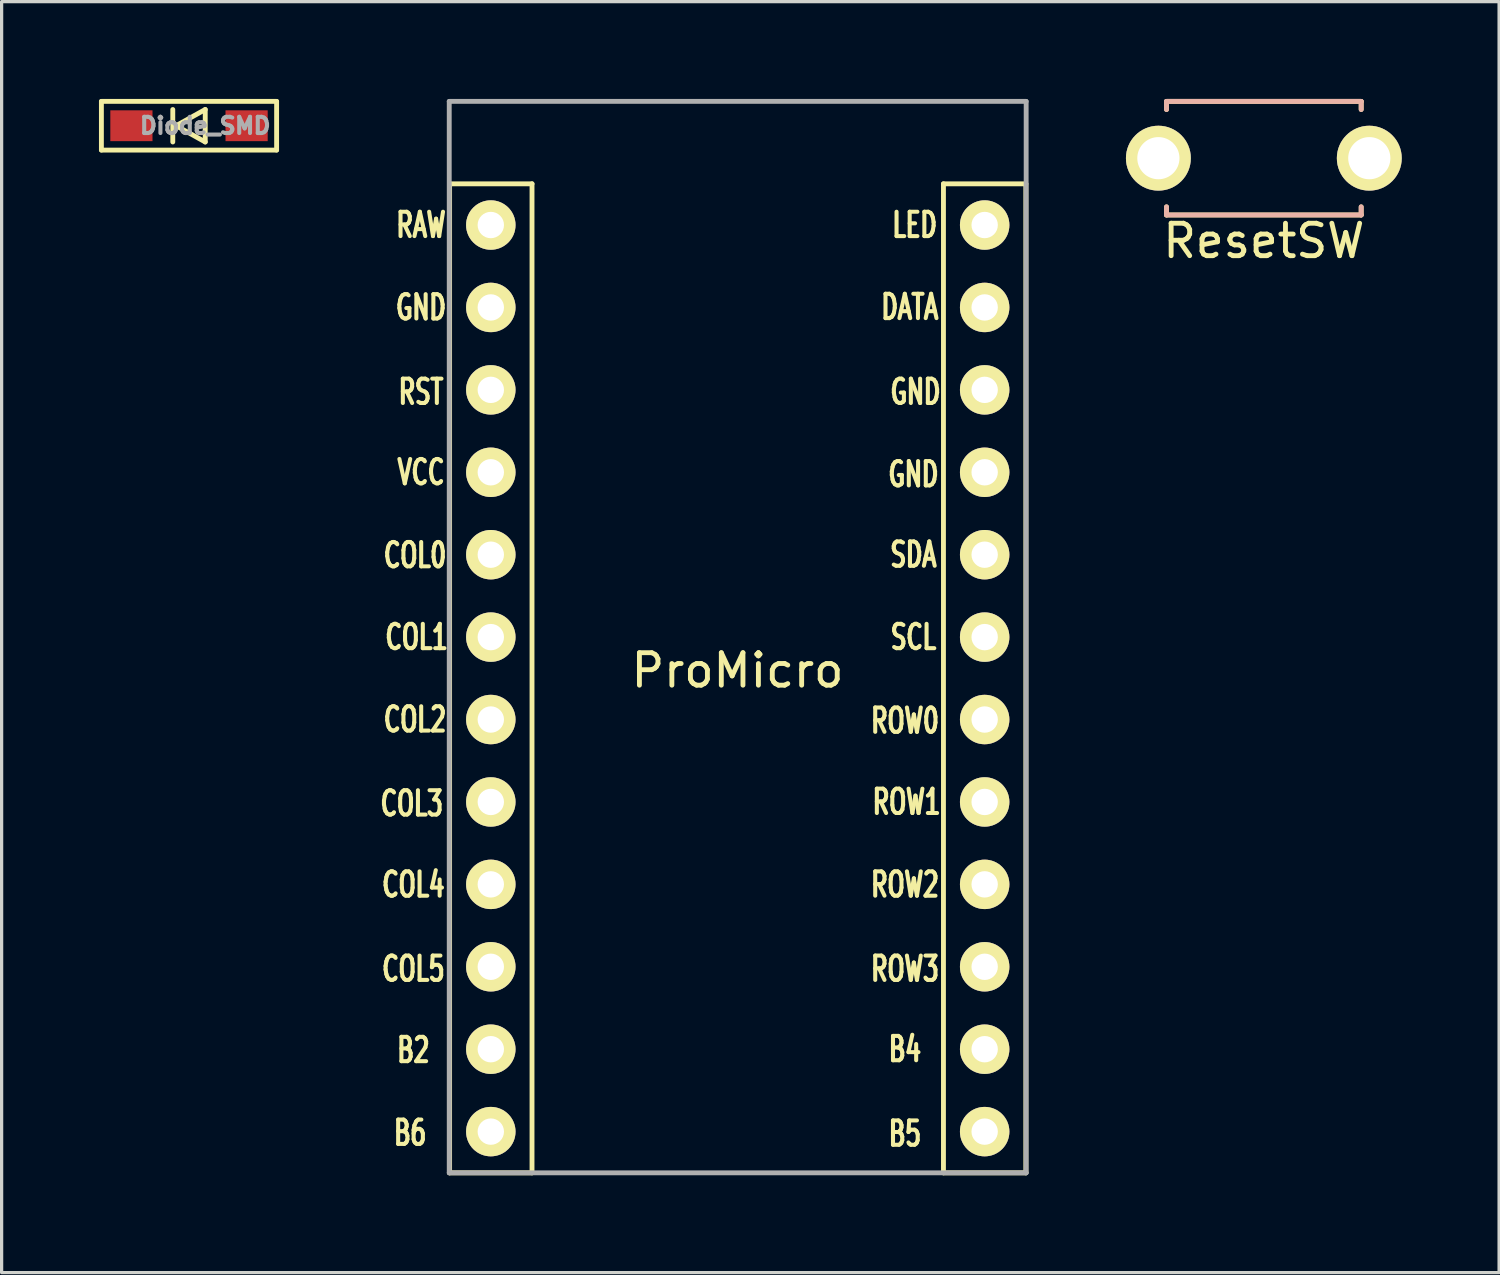
<source format=kicad_pcb>
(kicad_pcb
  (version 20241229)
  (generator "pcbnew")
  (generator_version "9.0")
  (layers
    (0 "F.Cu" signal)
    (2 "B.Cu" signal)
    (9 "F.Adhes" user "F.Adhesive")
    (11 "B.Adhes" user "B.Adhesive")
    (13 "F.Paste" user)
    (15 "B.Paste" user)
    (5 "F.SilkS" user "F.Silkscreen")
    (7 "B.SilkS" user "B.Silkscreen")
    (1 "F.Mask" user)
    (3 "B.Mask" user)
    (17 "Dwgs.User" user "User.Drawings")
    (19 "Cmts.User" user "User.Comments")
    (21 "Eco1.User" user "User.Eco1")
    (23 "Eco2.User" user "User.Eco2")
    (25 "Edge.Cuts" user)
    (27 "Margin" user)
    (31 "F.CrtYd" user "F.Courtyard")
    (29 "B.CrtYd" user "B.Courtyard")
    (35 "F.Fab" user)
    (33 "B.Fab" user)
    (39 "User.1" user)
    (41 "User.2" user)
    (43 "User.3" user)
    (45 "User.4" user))
  (footprint "Diode_SMD"
    (layer "F.Cu")
    (at 2.775 0.825)
    (property "Reference" "Diode_SMD" (at 0.5 0 0) (layer "F.Fab") (effects (font (size 0.5 0.5) (thickness 0.125))))
    (attr through_hole)
    (fp_line (start -2.7 -0.75) (end -2.7 0.75) (stroke (width 0.15) (type solid)) (layer "F.SilkS"))
    (fp_line (start -2.7 0.75) (end 2.7 0.75) (stroke (width 0.15) (type solid)) (layer "F.SilkS"))
    (fp_line (start -0.5 -0.5) (end -0.5 0.5) (stroke (width 0.15) (type solid)) (layer "F.SilkS"))
    (fp_line (start -0.4 0) (end 0.5 -0.5) (stroke (width 0.15) (type solid)) (layer "F.SilkS"))
    (fp_line (start 0.5 -0.5) (end 0.5 0.5) (stroke (width 0.15) (type solid)) (layer "F.SilkS"))
    (fp_line (start 0.5 0.5) (end -0.4 0) (stroke (width 0.15) (type solid)) (layer "F.SilkS"))
    (fp_line (start 2.7 -0.75) (end -2.7 -0.75) (stroke (width 0.15) (type solid)) (layer "F.SilkS"))
    (fp_line (start 2.7 -0.75) (end 2.7 0.75) (stroke (width 0.15) (type solid)) (layer "F.SilkS"))
    (pad "1" smd rect (at -1.775 0) (size 1.3 0.95) (layers "F.Cu" "F.Mask" "F.Paste"))
    (pad "2" smd rect (at 1.775 0) (size 1.3 0.95) (layers "F.Cu" "F.Mask" "F.Paste")))
  (footprint "ProMicro"
    (layer "F.Cu")
    (at 19.68 17.865)
    (property "Reference" "ProMicro" (at 0 -0.254 0) (layer "F.SilkS") (effects (font (size 1 1) (thickness 0.15))))
    (attr through_hole)
    (fp_line (start -8.874 -15.25) (end -6.334 -15.25) (stroke (width 0.15) (type solid)) (layer "F.SilkS"))
    (fp_line (start -8.874 15.23) (end -8.874 -15.25) (stroke (width 0.15) (type solid)) (layer "F.SilkS"))
    (fp_line (start -6.334 -15.25) (end -6.334 15.23) (stroke (width 0.15) (type solid)) (layer "F.SilkS"))
    (fp_line (start -6.334 15.23) (end -8.874 15.23) (stroke (width 0.15) (type solid)) (layer "F.SilkS"))
    (fp_line (start 6.346 -15.25) (end 8.886 -15.25) (stroke (width 0.15) (type solid)) (layer "F.SilkS"))
    (fp_line (start 6.346 15.23) (end 6.346 -15.25) (stroke (width 0.15) (type solid)) (layer "F.SilkS"))
    (fp_line (start 8.886 -15.25) (end 8.886 15.23) (stroke (width 0.15) (type solid)) (layer "F.SilkS"))
    (fp_line (start 8.886 15.23) (end 6.346 15.23) (stroke (width 0.15) (type solid)) (layer "F.SilkS"))
    (fp_line (start -8.885 -17.79) (end 8.895 -17.79) (stroke (width 0.15) (type solid)) (layer "F.Fab"))
    (fp_line (start -8.885 15.23) (end -8.885 -17.79) (stroke (width 0.15) (type solid)) (layer "F.Fab"))
    (fp_line (start 8.895 -17.79) (end 8.895 15.23) (stroke (width 0.15) (type solid)) (layer "F.Fab"))
    (fp_line (start 8.895 15.23) (end -8.885 15.23) (stroke (width 0.15) (type solid)) (layer "F.Fab"))
    (fp_text user "B6" (at -10.09 13.998 0) (layer "F.SilkS") (effects (font (size 0.75 0.5) (thickness 0.125))))
    (fp_text user "LED" (at 5.46 -13.98 0) (layer "F.SilkS") (effects (font (size 0.75 0.5) (thickness 0.125))))
    (fp_text user "COL1" (at -9.89 -1.28 0) (layer "F.SilkS") (effects (font (size 0.75 0.5) (thickness 0.125))))
    (fp_text user "B2" (at -9.99 11.448 0) (layer "F.SilkS") (effects (font (size 0.75 0.5) (thickness 0.125))))
    (fp_text user "COL4" (at -9.99 6.348 0) (layer "F.SilkS") (effects (font (size 0.75 0.5) (thickness 0.125))))
    (fp_text user "ROW1" (at 5.21 3.8 0) (layer "F.SilkS") (effects (font (size 0.75 0.5) (thickness 0.125))))
    (fp_text user "B5" (at 5.16 14.024 0) (layer "F.SilkS") (effects (font (size 0.75 0.5) (thickness 0.125))))
    (fp_text user "VCC" (at -9.755 -6.36 0) (layer "F.SilkS") (effects (font (size 0.75 0.5) (thickness 0.125))))
    (fp_text user "COL5" (at -9.99 8.944 0) (layer "F.SilkS") (effects (font (size 0.75 0.5) (thickness 0.125))))
    (fp_text user "GND" (at 5.484 -8.836 0) (layer "F.SilkS") (effects (font (size 0.75 0.5) (thickness 0.125))))
    (fp_text user "RAW" (at -9.755 -13.98 0) (layer "F.SilkS") (effects (font (size 0.75 0.5) (thickness 0.125))))
    (fp_text user "" (at -0.54 -16.752 0) (layer "F.SilkS") (effects (font (size 1 1) (thickness 0.15))))
    (fp_text user "DATA" (at 5.31 -11.452 0) (layer "F.SilkS") (effects (font (size 0.75 0.5) (thickness 0.125))))
    (fp_text user "ROW2" (at 5.16 6.348 0) (layer "F.SilkS") (effects (font (size 0.75 0.5) (thickness 0.125))))
    (fp_text user "SCL" (at 5.421 -1.28 0) (layer "F.SilkS") (effects (font (size 0.75 0.5) (thickness 0.125))))
    (fp_text user "RST" (at -9.755 -8.836 0) (layer "F.SilkS") (effects (font (size 0.75 0.5) (thickness 0.125))))
    (fp_text user "ROW0" (at 5.16 1.298 0) (layer "F.SilkS") (effects (font (size 0.75 0.5) (thickness 0.125))))
    (fp_text user "GND" (at 5.421 -6.296 0) (layer "F.SilkS") (effects (font (size 0.75 0.5) (thickness 0.125))))
    (fp_text user "B4" (at 5.16 11.42 0) (layer "F.SilkS") (effects (font (size 0.75 0.5) (thickness 0.125))))
    (fp_text user "COL3" (at -10.04 3.848 0) (layer "F.SilkS") (effects (font (size 0.75 0.5) (thickness 0.125))))
    (fp_text user "COL0" (at -9.94 -3.802 0) (layer "F.SilkS") (effects (font (size 0.75 0.5) (thickness 0.125))))
    (fp_text user "COL2" (at -9.94 1.26 0) (layer "F.SilkS") (effects (font (size 0.75 0.5) (thickness 0.125))))
    (fp_text user "ROW3" (at 5.16 8.944 0) (layer "F.SilkS") (effects (font (size 0.75 0.5) (thickness 0.125))))
    (fp_text user "SDA" (at 5.421 -3.82 0) (layer "F.SilkS") (effects (font (size 0.75 0.5) (thickness 0.125))))
    (fp_text user "GND" (at -9.755 -11.44 0) (layer "F.SilkS") (effects (font (size 0.75 0.5) (thickness 0.125))))
    (fp_text user "" (at -1.246 -15.758 0) (layer "B.SilkS") (effects (font (size 1 1) (thickness 0.15)) (justify mirror)))
    (pad "1" thru_hole circle (at 7.616 -13.98) (size 1.524 1.524) (drill 0.813) (layers "*.Cu" "*.Mask" "F.SilkS"))
    (pad "2" thru_hole circle (at 7.616 -11.44) (size 1.524 1.524) (drill 0.813) (layers "*.Cu" "*.Mask" "F.SilkS"))
    (pad "3" thru_hole circle (at 7.616 -8.9) (size 1.524 1.524) (drill 0.813) (layers "*.Cu" "*.Mask" "F.SilkS"))
    (pad "4" thru_hole circle (at 7.616 -6.36) (size 1.524 1.524) (drill 0.813) (layers "*.Cu" "*.Mask" "F.SilkS"))
    (pad "5" thru_hole circle (at 7.616 -3.82) (size 1.524 1.524) (drill 0.813) (layers "*.Cu" "*.Mask" "F.SilkS"))
    (pad "6" thru_hole circle (at 7.616 -1.28) (size 1.524 1.524) (drill 0.813) (layers "*.Cu" "*.Mask" "F.SilkS"))
    (pad "7" thru_hole circle (at 7.616 1.26) (size 1.524 1.524) (drill 0.813) (layers "*.Cu" "*.Mask" "F.SilkS"))
    (pad "8" thru_hole circle (at 7.616 3.8) (size 1.524 1.524) (drill 0.813) (layers "*.Cu" "*.Mask" "F.SilkS"))
    (pad "9" thru_hole circle (at 7.616 6.34) (size 1.524 1.524) (drill 0.813) (layers "*.Cu" "*.Mask" "F.SilkS"))
    (pad "10" thru_hole circle (at 7.616 8.88) (size 1.524 1.524) (drill 0.813) (layers "*.Cu" "*.Mask" "F.SilkS"))
    (pad "11" thru_hole circle (at 7.616 11.42) (size 1.524 1.524) (drill 0.813) (layers "*.Cu" "*.Mask" "F.SilkS"))
    (pad "12" thru_hole circle (at 7.616 13.96) (size 1.524 1.524) (drill 0.813) (layers "*.Cu" "*.Mask" "F.SilkS"))
    (pad "13" thru_hole circle (at -7.604 13.96) (size 1.524 1.524) (drill 0.813) (layers "*.Cu" "*.Mask" "F.SilkS"))
    (pad "14" thru_hole circle (at -7.604 11.42) (size 1.524 1.524) (drill 0.813) (layers "*.Cu" "*.Mask" "F.SilkS"))
    (pad "15" thru_hole circle (at -7.604 8.88) (size 1.524 1.524) (drill 0.813) (layers "*.Cu" "*.Mask" "F.SilkS"))
    (pad "16" thru_hole circle (at -7.604 6.34) (size 1.524 1.524) (drill 0.813) (layers "*.Cu" "*.Mask" "F.SilkS"))
    (pad "17" thru_hole circle (at -7.604 3.8) (size 1.524 1.524) (drill 0.813) (layers "*.Cu" "*.Mask" "F.SilkS"))
    (pad "18" thru_hole circle (at -7.604 1.26) (size 1.524 1.524) (drill 0.813) (layers "*.Cu" "*.Mask" "F.SilkS"))
    (pad "19" thru_hole circle (at -7.604 -1.28) (size 1.524 1.524) (drill 0.813) (layers "*.Cu" "*.Mask" "F.SilkS"))
    (pad "20" thru_hole circle (at -7.604 -3.82) (size 1.524 1.524) (drill 0.813) (layers "*.Cu" "*.Mask" "F.SilkS"))
    (pad "21" thru_hole circle (at -7.604 -6.36) (size 1.524 1.524) (drill 0.813) (layers "*.Cu" "*.Mask" "F.SilkS"))
    (pad "22" thru_hole circle (at -7.604 -8.9) (size 1.524 1.524) (drill 0.813) (layers "*.Cu" "*.Mask" "F.SilkS"))
    (pad "23" thru_hole circle (at -7.604 -11.44) (size 1.524 1.524) (drill 0.813) (layers "*.Cu" "*.Mask" "F.SilkS"))
    (pad "24" thru_hole circle (at -7.604 -13.98 90) (size 1.524 1.524) (drill 0.813) (layers "*.Cu" "*.Mask" "F.SilkS")))
  (footprint "ResetSW"
    (layer "F.Cu")
    (at 35.9 1.825)
    (property "Reference" "ResetSW" (at 0 2.55 0) (layer "F.SilkS") (effects (font (size 1 1) (thickness 0.15))))
    (attr through_hole)
    (fp_line (start -3 -1.75) (end -3 -1.5) (stroke (width 0.15) (type solid)) (layer "F.SilkS"))
    (fp_line (start -3 -1.75) (end 3 -1.75) (stroke (width 0.15) (type solid)) (layer "F.SilkS"))
    (fp_line (start -3 1.75) (end -3 1.5) (stroke (width 0.15) (type solid)) (layer "F.SilkS"))
    (fp_line (start -3 1.75) (end 3 1.75) (stroke (width 0.15) (type solid)) (layer "F.SilkS"))
    (fp_line (start 3 -1.75) (end 3 -1.5) (stroke (width 0.15) (type solid)) (layer "F.SilkS"))
    (fp_line (start 3 1.75) (end 3 1.5) (stroke (width 0.15) (type solid)) (layer "F.SilkS"))
    (fp_line (start -3 -1.75) (end 3 -1.75) (stroke (width 0.15) (type solid)) (layer "B.SilkS"))
    (fp_line (start -3 -1.5) (end -3 -1.75) (stroke (width 0.15) (type solid)) (layer "B.SilkS"))
    (fp_line (start -3 1.75) (end -3 1.5) (stroke (width 0.15) (type solid)) (layer "B.SilkS"))
    (fp_line (start 3 -1.75) (end 3 -1.5) (stroke (width 0.15) (type solid)) (layer "B.SilkS"))
    (fp_line (start 3 1.5) (end 3 1.75) (stroke (width 0.15) (type solid)) (layer "B.SilkS"))
    (fp_line (start 3 1.75) (end -3 1.75) (stroke (width 0.15) (type solid)) (layer "B.SilkS"))
    (pad "1" thru_hole circle (at 3.25 0) (size 2 2) (drill 1.3) (layers "*.Cu" "*.Mask" "F.SilkS"))
    (pad "2" thru_hole circle (at -3.25 0) (size 2 2) (drill 1.3) (layers "*.Cu" "*.Mask" "F.SilkS")))
  (gr_rect
    (start -3 -3)
    (end 43.15 36.17)
    (stroke (width 0.1) (type default))
    (fill no)
    (layer "Edge.Cuts")))
</source>
